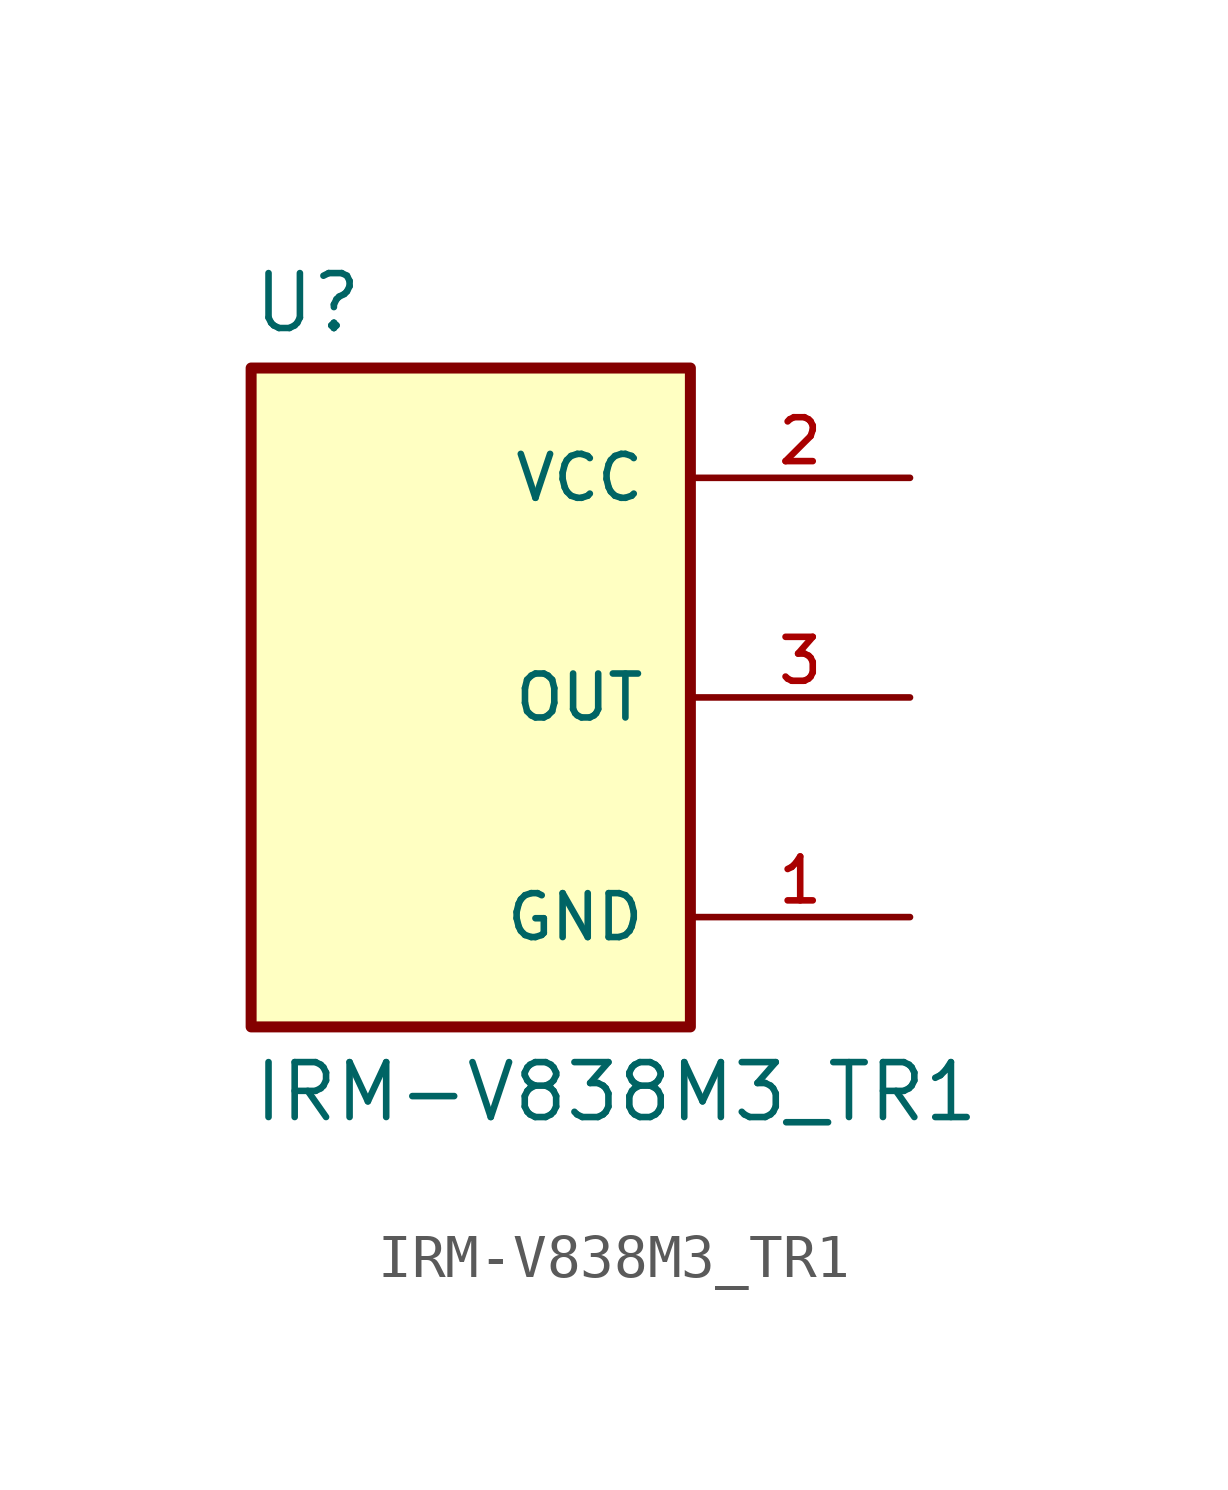
<source format=kicad_sym>
(kicad_symbol_lib
  (version 20211014)
  (generator kicad_symbol_editor)
  (symbol "IRM-V838M3_TR1"
    (pin_names
      (offset 1.016))
    (property "Reference" "U"
      (at -5.08 8.382 0)
      (effects (font (size 1.27 1.27)) (justify bottom left)))
    (property "Value" "IRM-V838M3_TR1"
      (at -5.08 -8.382 0.0)
      (effects (font (size 1.27 1.27)) (justify top left)))
    (symbol "IRM-V838M3_TR1_0_0"
      (rectangle (start -5.08 -7.62) (end 5.08 7.62) (stroke (width 0.254)) (fill (type background)))
      (pin output line (at 10.16 0.0 180.0) (length 5.08) (name "OUT" (effects (font (size 1.016 1.016)))) (number "3" (effects (font (size 1.016 1.016)))))
      (pin power_in line (at 10.16 5.08 180.0) (length 5.08) (name "VCC" (effects (font (size 1.016 1.016)))) (number "2" (effects (font (size 1.016 1.016)))))
      (pin power_in line (at 10.16 -5.08 180.0) (length 5.08) (name "GND" (effects (font (size 1.016 1.016)))) (number "1" (effects (font (size 1.016 1.016)))))
      (pin power_in line (at 10.16 -5.08 180.0) (length 5.08) hide (name "GND" (effects (font (size 1.016 1.016)))) (number "4" (effects (font (size 1.016 1.016))))))))
</source>
